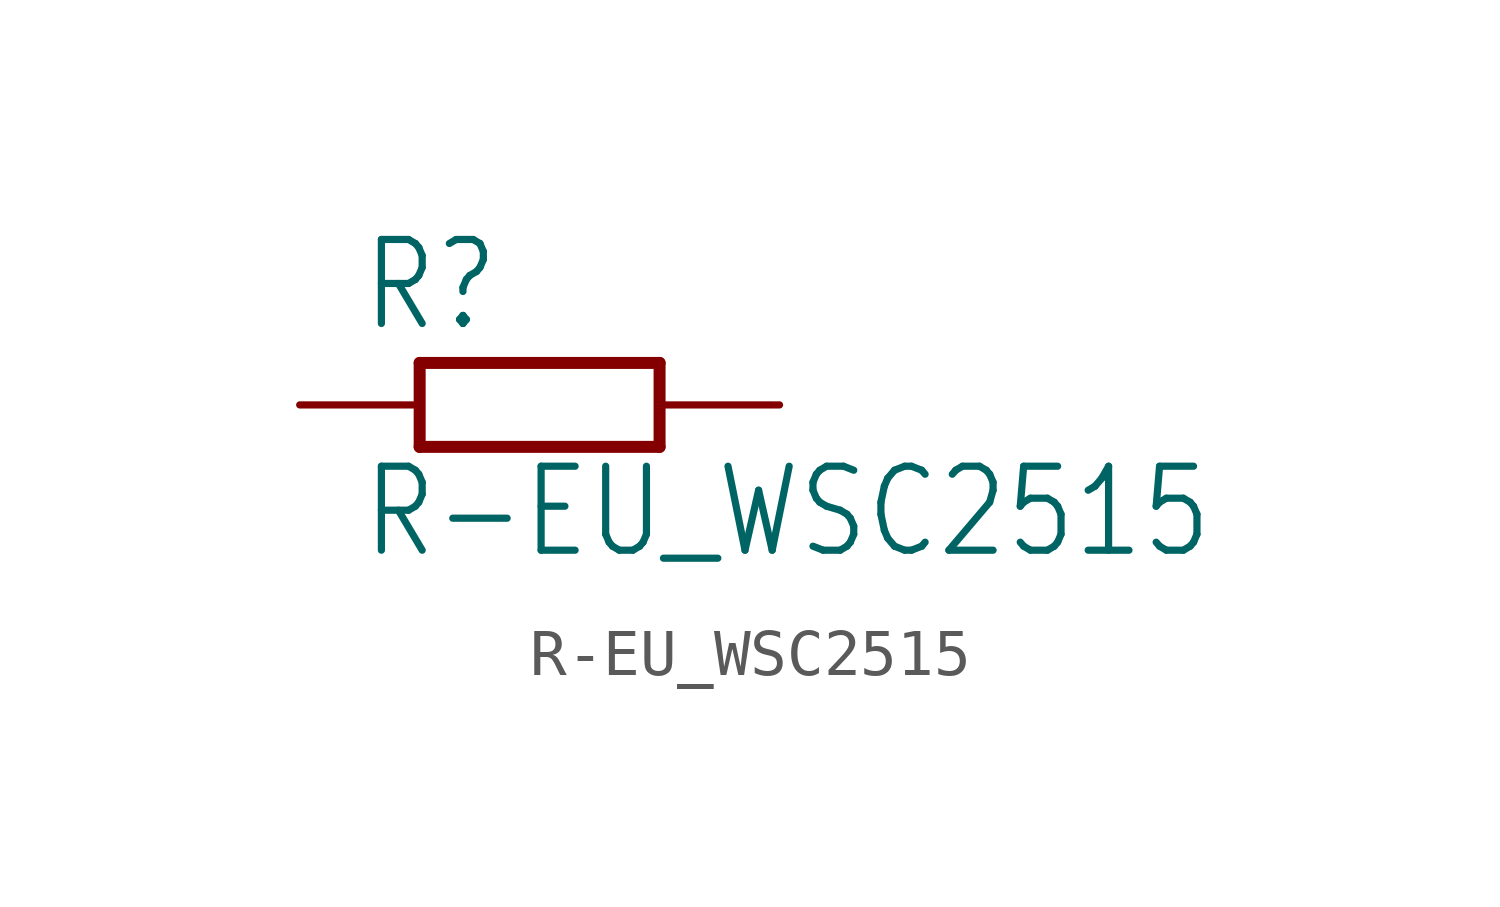
<source format=kicad_sym>
(kicad_symbol_lib
  (version 20210619)
  (generator kicad_symbol_editor)
  (symbol "R-EU_WSC2515"
    (property "Reference" "R"
      (at -3.81 1.499 0)
      (effects (font (size 1.778 1.511)) (justify left bottom)))
    (property "Value" "R-EU_WSC2515"
      (at -3.81 -3.302 0)
      (effects (font (size 1.778 1.511)) (justify left bottom)))
    (property "ki_locked" ""
      (at 0 0 0)
      (effects (font (size 1.27 1.27))))
    (symbol "R-EU_WSC2515_1_0"
      (polyline (pts (xy -2.54 -0.889) (xy -2.54 0.889)) (stroke (width 0.254)) (fill (type none)))
      (polyline (pts (xy -2.54 -0.889) (xy 2.54 -0.889)) (stroke (width 0.254)) (fill (type none)))
      (polyline (pts (xy 2.54 -0.889) (xy 2.54 0.889)) (stroke (width 0.254)) (fill (type none)))
      (polyline (pts (xy 2.54 0.889) (xy -2.54 0.889)) (stroke (width 0.254)) (fill (type none)))
      (pin passive line (at -5.08 0 0) (length 2.54) (name "1" (effects (font (size 0 0)))) (number "1" (effects (font (size 0 0)))))
      (pin passive line (at 5.08 0 180) (length 2.54) (name "2" (effects (font (size 0 0)))) (number "2" (effects (font (size 0 0))))))))
</source>
